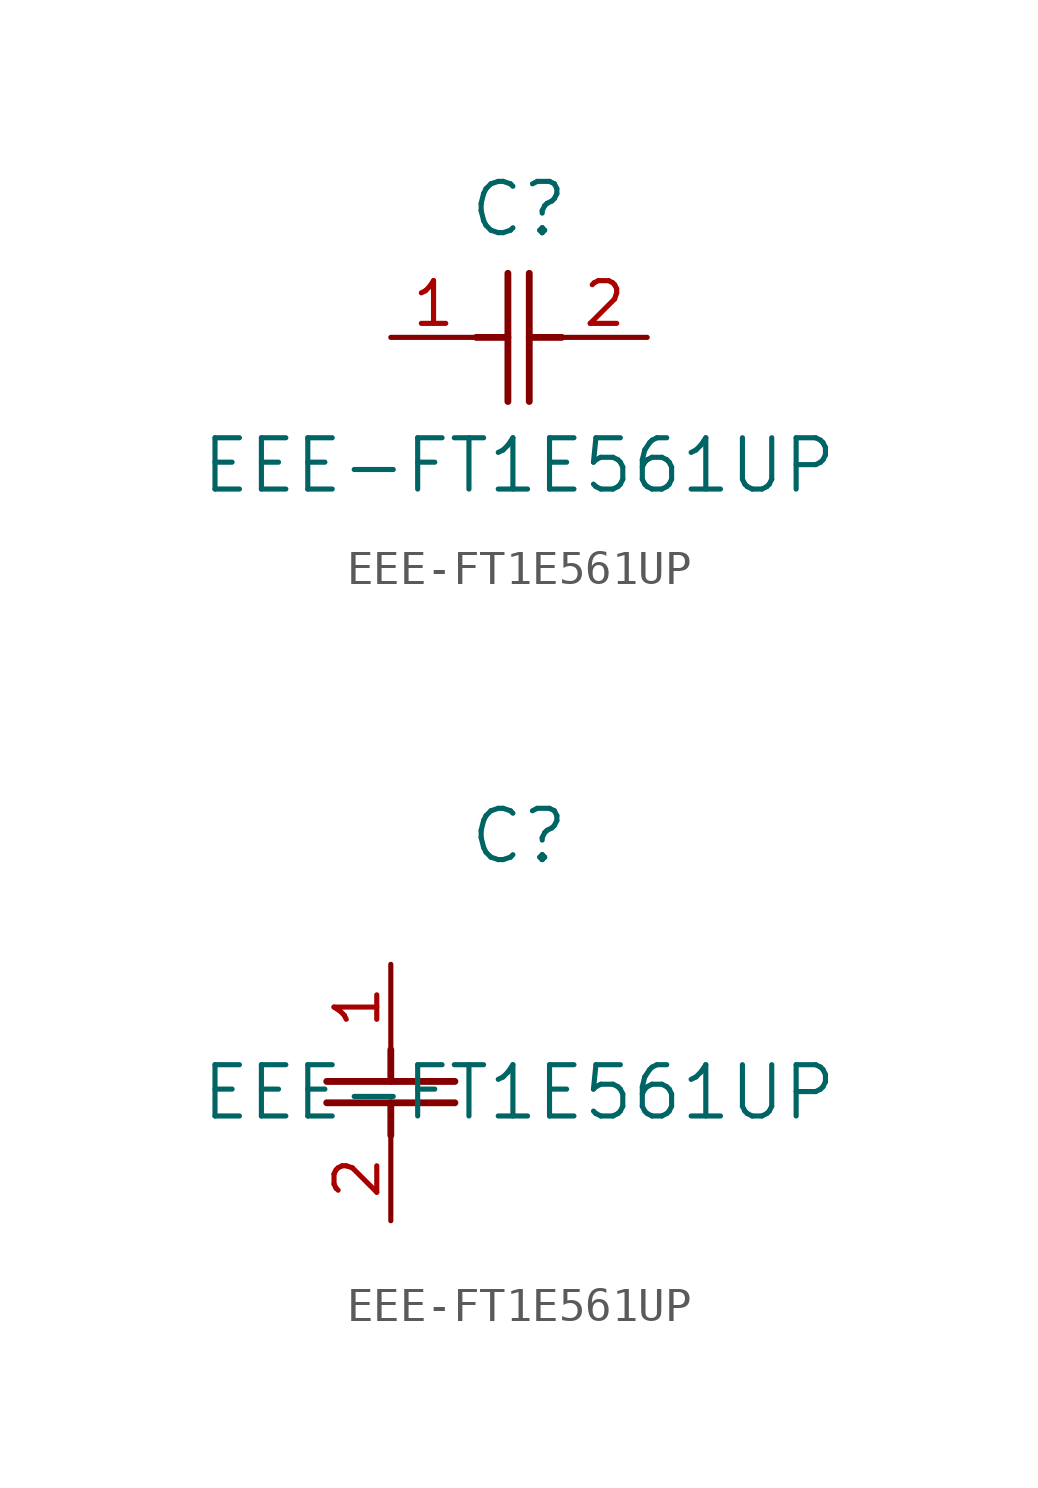
<source format=kicad_sym>
(kicad_symbol_lib
  (version 20211014)
  (generator kicad_symbol_editor)
  (symbol "EEE-FT1E561UP"
    (pin_names
      (offset 0.254))
    (property "Reference" "C"
      (at 3.81 3.81 0)
      (effects (font (size 1.524 1.524))))
    (property "Value" "EEE-FT1E561UP"
      (at 3.81 -3.81 0)
      (effects (font (size 1.524 1.524))))
    (symbol "EEE-FT1E561UP_1_1"
      (polyline (pts (xy 3.48 -1.905) (xy 3.48 1.905)) (stroke (width 0.203) (type default) (color 0 0 0 0)) (fill (type none)))
      (polyline (pts (xy 4.115 -1.905) (xy 4.115 1.905)) (stroke (width 0.203) (type default) (color 0 0 0 0)) (fill (type none)))
      (polyline (pts (xy 4.115 0) (xy 5.08 0)) (stroke (width 0.203) (type default) (color 0 0 0 0)) (fill (type none)))
      (polyline (pts (xy 2.54 0) (xy 3.48 0)) (stroke (width 0.203) (type default) (color 0 0 0 0)) (fill (type none)))
      (pin unspecified line (at 0 0 0) (length 2.54) (name "" (effects (font (size 1.27 1.27)))) (number "1" (effects (font (size 1.27 1.27)))))
      (pin unspecified line (at 7.62 0 180) (length 2.54) (name "" (effects (font (size 1.27 1.27)))) (number "2" (effects (font (size 1.27 1.27))))))
    (symbol "EEE-FT1E561UP_1_2"
      (polyline (pts (xy -1.905 -3.48) (xy 1.905 -3.48)) (stroke (width 0.203) (type default) (color 0 0 0 0)) (fill (type none)))
      (polyline (pts (xy -1.905 -4.115) (xy 1.905 -4.115)) (stroke (width 0.203) (type default) (color 0 0 0 0)) (fill (type none)))
      (polyline (pts (xy 0 -4.115) (xy 0 -5.08)) (stroke (width 0.203) (type default) (color 0 0 0 0)) (fill (type none)))
      (polyline (pts (xy 0 -2.54) (xy 0 -3.48)) (stroke (width 0.203) (type default) (color 0 0 0 0)) (fill (type none)))
      (pin unspecified line (at 0 0 270) (length 2.54) (name "" (effects (font (size 1.27 1.27)))) (number "1" (effects (font (size 1.27 1.27)))))
      (pin unspecified line (at 0 -7.62 90) (length 2.54) (name "" (effects (font (size 1.27 1.27)))) (number "2" (effects (font (size 1.27 1.27))))))))
</source>
